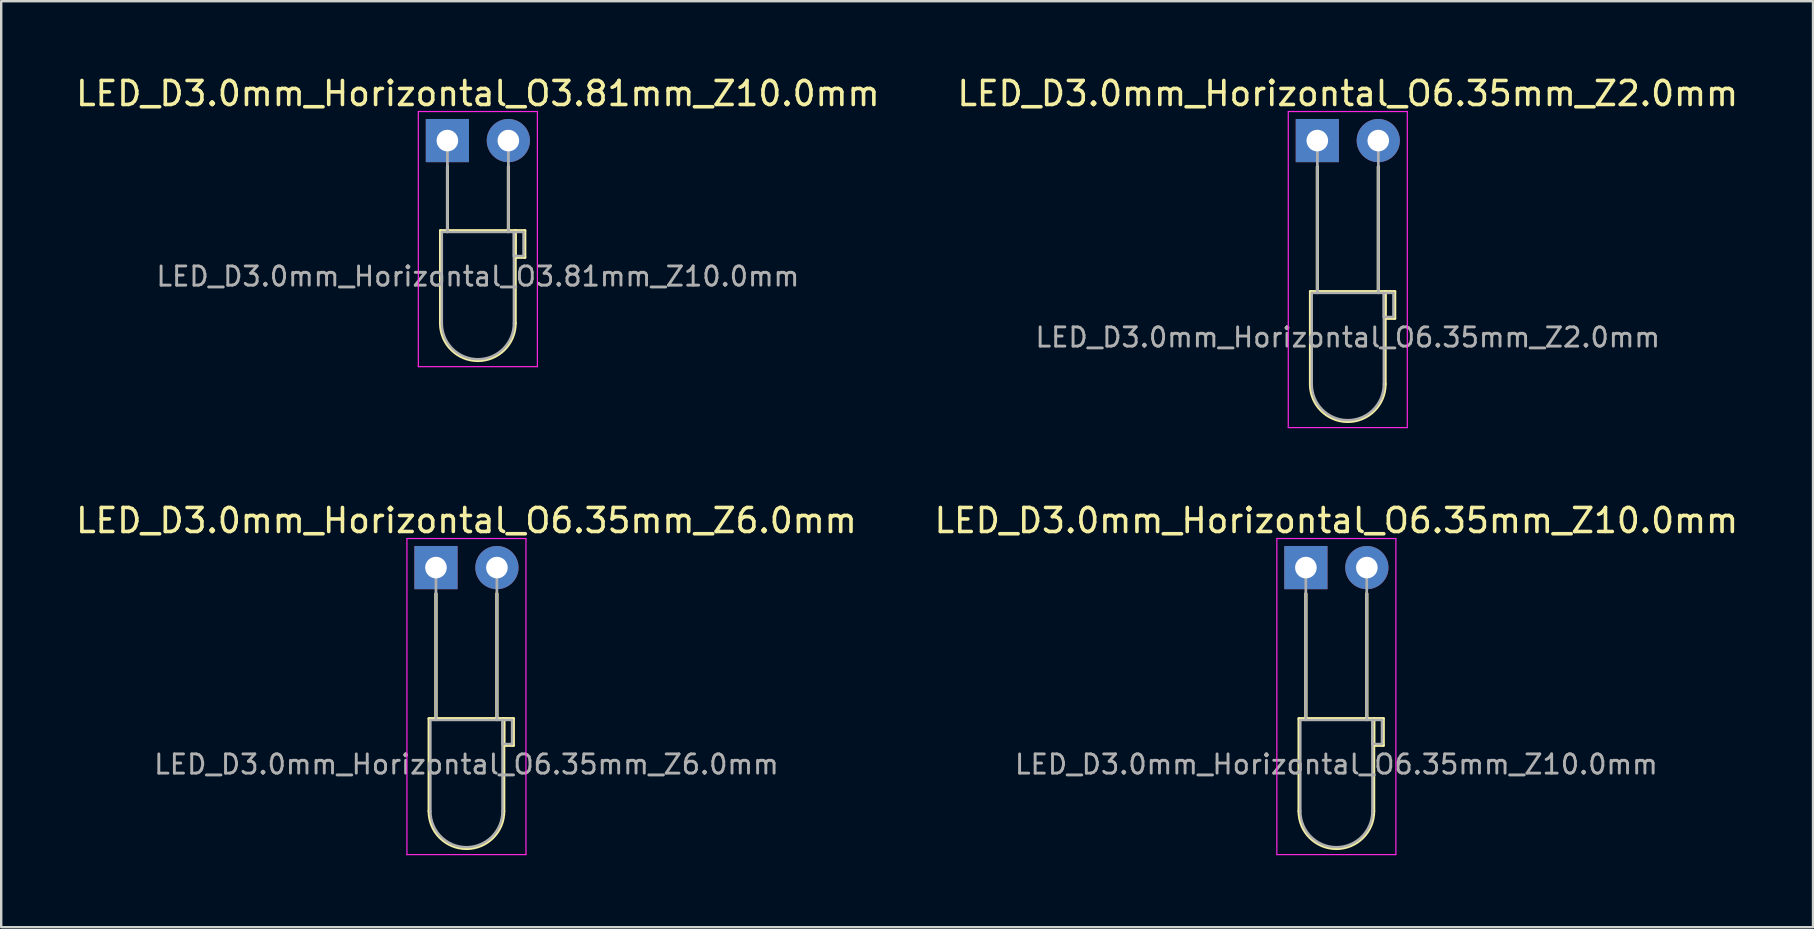
<source format=kicad_pcb>
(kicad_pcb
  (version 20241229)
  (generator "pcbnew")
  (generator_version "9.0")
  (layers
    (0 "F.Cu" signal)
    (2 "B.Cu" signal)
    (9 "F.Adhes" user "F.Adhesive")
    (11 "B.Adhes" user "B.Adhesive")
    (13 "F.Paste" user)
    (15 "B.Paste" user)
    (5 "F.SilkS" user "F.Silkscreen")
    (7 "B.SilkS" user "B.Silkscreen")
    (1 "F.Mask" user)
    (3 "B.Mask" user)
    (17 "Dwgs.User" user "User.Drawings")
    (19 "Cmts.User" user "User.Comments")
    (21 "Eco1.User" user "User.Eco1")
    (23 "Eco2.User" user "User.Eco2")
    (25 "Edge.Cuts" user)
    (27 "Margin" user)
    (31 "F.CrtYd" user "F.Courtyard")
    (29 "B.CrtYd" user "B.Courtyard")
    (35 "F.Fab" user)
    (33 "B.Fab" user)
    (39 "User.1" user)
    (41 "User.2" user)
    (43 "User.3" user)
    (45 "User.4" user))
  (footprint "LED_D3.0mm_Horizontal_O3.81mm_Z10.0mm"
    (layer "F.Cu")
    (at 15.593 2.808)
    (property "Reference" "LED_D3.0mm_Horizontal_O3.81mm_Z10.0mm" (at 1.27 -1.96 0) (layer "F.SilkS") (effects (font (size 1 1) (thickness 0.15))))
    (attr through_hole)
    (fp_line (start -0.29 3.75) (end -0.29 7.61) (stroke (width 0.12) (type solid)) (layer "F.SilkS"))
    (fp_line (start -0.29 3.75) (end 2.83 3.75) (stroke (width 0.12) (type solid)) (layer "F.SilkS"))
    (fp_line (start 0 1.08) (end 0 3.75) (stroke (width 0.12) (type solid)) (layer "F.SilkS"))
    (fp_line (start 0 3.75) (end 0 1.08) (stroke (width 0.12) (type solid)) (layer "F.SilkS"))
    (fp_line (start 2.54 1.08) (end 2.54 3.75) (stroke (width 0.12) (type solid)) (layer "F.SilkS"))
    (fp_line (start 2.54 3.75) (end 2.54 1.08) (stroke (width 0.12) (type solid)) (layer "F.SilkS"))
    (fp_line (start 2.83 3.75) (end 2.83 7.61) (stroke (width 0.12) (type solid)) (layer "F.SilkS"))
    (fp_line (start 2.83 3.75) (end 3.23 3.75) (stroke (width 0.12) (type solid)) (layer "F.SilkS"))
    (fp_line (start 2.83 4.87) (end 2.83 3.75) (stroke (width 0.12) (type solid)) (layer "F.SilkS"))
    (fp_line (start 3.23 3.75) (end 3.23 4.87) (stroke (width 0.12) (type solid)) (layer "F.SilkS"))
    (fp_line (start 3.23 4.87) (end 2.83 4.87) (stroke (width 0.12) (type solid)) (layer "F.SilkS"))
    (fp_arc (start 2.83 7.61) (mid 1.27 9.17) (end -0.29 7.61) (stroke (width 0.12) (type solid)) (layer "F.SilkS"))
    (fp_line (start -1.21 -1.21) (end -1.21 9.42) (stroke (width 0.05) (type solid)) (layer "F.CrtYd"))
    (fp_line (start -1.21 9.42) (end 3.75 9.42) (stroke (width 0.05) (type solid)) (layer "F.CrtYd"))
    (fp_line (start 3.75 -1.21) (end -1.21 -1.21) (stroke (width 0.05) (type solid)) (layer "F.CrtYd"))
    (fp_line (start 3.75 9.42) (end 3.75 -1.21) (stroke (width 0.05) (type solid)) (layer "F.CrtYd"))
    (fp_line (start -0.23 3.81) (end -0.23 7.61) (stroke (width 0.1) (type solid)) (layer "F.Fab"))
    (fp_line (start -0.23 3.81) (end 2.77 3.81) (stroke (width 0.1) (type solid)) (layer "F.Fab"))
    (fp_line (start 0 0) (end 0 3.81) (stroke (width 0.1) (type solid)) (layer "F.Fab"))
    (fp_line (start 0 3.81) (end 0 0) (stroke (width 0.1) (type solid)) (layer "F.Fab"))
    (fp_line (start 2.54 0) (end 2.54 3.81) (stroke (width 0.1) (type solid)) (layer "F.Fab"))
    (fp_line (start 2.54 3.81) (end 2.54 0) (stroke (width 0.1) (type solid)) (layer "F.Fab"))
    (fp_line (start 2.77 3.81) (end 2.77 7.61) (stroke (width 0.1) (type solid)) (layer "F.Fab"))
    (fp_line (start 2.77 3.81) (end 3.17 3.81) (stroke (width 0.1) (type solid)) (layer "F.Fab"))
    (fp_line (start 2.77 4.81) (end 2.77 3.81) (stroke (width 0.1) (type solid)) (layer "F.Fab"))
    (fp_line (start 3.17 3.81) (end 3.17 4.81) (stroke (width 0.1) (type solid)) (layer "F.Fab"))
    (fp_line (start 3.17 4.81) (end 2.77 4.81) (stroke (width 0.1) (type solid)) (layer "F.Fab"))
    (fp_arc (start 2.77 7.61) (mid 1.27 9.11) (end -0.23 7.61) (stroke (width 0.1) (type solid)) (layer "F.Fab"))
    (fp_text user "${REFERENCE}" (at 1.27 5.66 0) (layer "F.Fab") (effects (font (size 0.8 0.8) (thickness 0.12))))
    (pad "1" thru_hole rect (at 0 0) (size 1.8 1.8) (drill 0.9) (layers "*.Cu" "*.Mask"))
    (pad "2" thru_hole circle (at 2.54 0) (size 1.8 1.8) (drill 0.9) (layers "*.Cu" "*.Mask")))
  (footprint "LED_D3.0mm_Horizontal_O6.35mm_Z2.0mm"
    (layer "F.Cu")
    (at 51.843 2.808)
    (property "Reference" "LED_D3.0mm_Horizontal_O6.35mm_Z2.0mm" (at 1.27 -1.96 0) (layer "F.SilkS") (effects (font (size 1 1) (thickness 0.15))))
    (attr through_hole)
    (fp_line (start -0.29 6.29) (end -0.29 10.15) (stroke (width 0.12) (type solid)) (layer "F.SilkS"))
    (fp_line (start -0.29 6.29) (end 2.83 6.29) (stroke (width 0.12) (type solid)) (layer "F.SilkS"))
    (fp_line (start 0 1.08) (end 0 6.29) (stroke (width 0.12) (type solid)) (layer "F.SilkS"))
    (fp_line (start 0 6.29) (end 0 1.08) (stroke (width 0.12) (type solid)) (layer "F.SilkS"))
    (fp_line (start 2.54 1.08) (end 2.54 6.29) (stroke (width 0.12) (type solid)) (layer "F.SilkS"))
    (fp_line (start 2.54 6.29) (end 2.54 1.08) (stroke (width 0.12) (type solid)) (layer "F.SilkS"))
    (fp_line (start 2.83 6.29) (end 2.83 10.15) (stroke (width 0.12) (type solid)) (layer "F.SilkS"))
    (fp_line (start 2.83 6.29) (end 3.23 6.29) (stroke (width 0.12) (type solid)) (layer "F.SilkS"))
    (fp_line (start 2.83 7.41) (end 2.83 6.29) (stroke (width 0.12) (type solid)) (layer "F.SilkS"))
    (fp_line (start 3.23 6.29) (end 3.23 7.41) (stroke (width 0.12) (type solid)) (layer "F.SilkS"))
    (fp_line (start 3.23 7.41) (end 2.83 7.41) (stroke (width 0.12) (type solid)) (layer "F.SilkS"))
    (fp_arc (start 2.83 10.15) (mid 1.27 11.71) (end -0.29 10.15) (stroke (width 0.12) (type solid)) (layer "F.SilkS"))
    (fp_line (start -1.21 -1.21) (end -1.21 11.96) (stroke (width 0.05) (type solid)) (layer "F.CrtYd"))
    (fp_line (start -1.21 11.96) (end 3.75 11.96) (stroke (width 0.05) (type solid)) (layer "F.CrtYd"))
    (fp_line (start 3.75 -1.21) (end -1.21 -1.21) (stroke (width 0.05) (type solid)) (layer "F.CrtYd"))
    (fp_line (start 3.75 11.96) (end 3.75 -1.21) (stroke (width 0.05) (type solid)) (layer "F.CrtYd"))
    (fp_line (start -0.23 6.35) (end -0.23 10.15) (stroke (width 0.1) (type solid)) (layer "F.Fab"))
    (fp_line (start -0.23 6.35) (end 2.77 6.35) (stroke (width 0.1) (type solid)) (layer "F.Fab"))
    (fp_line (start 0 0) (end 0 6.35) (stroke (width 0.1) (type solid)) (layer "F.Fab"))
    (fp_line (start 0 6.35) (end 0 0) (stroke (width 0.1) (type solid)) (layer "F.Fab"))
    (fp_line (start 2.54 0) (end 2.54 6.35) (stroke (width 0.1) (type solid)) (layer "F.Fab"))
    (fp_line (start 2.54 6.35) (end 2.54 0) (stroke (width 0.1) (type solid)) (layer "F.Fab"))
    (fp_line (start 2.77 6.35) (end 2.77 10.15) (stroke (width 0.1) (type solid)) (layer "F.Fab"))
    (fp_line (start 2.77 6.35) (end 3.17 6.35) (stroke (width 0.1) (type solid)) (layer "F.Fab"))
    (fp_line (start 2.77 7.35) (end 2.77 6.35) (stroke (width 0.1) (type solid)) (layer "F.Fab"))
    (fp_line (start 3.17 6.35) (end 3.17 7.35) (stroke (width 0.1) (type solid)) (layer "F.Fab"))
    (fp_line (start 3.17 7.35) (end 2.77 7.35) (stroke (width 0.1) (type solid)) (layer "F.Fab"))
    (fp_arc (start 2.77 10.15) (mid 1.27 11.65) (end -0.23 10.15) (stroke (width 0.1) (type solid)) (layer "F.Fab"))
    (fp_text user "${REFERENCE}" (at 1.27 8.2 0) (layer "F.Fab") (effects (font (size 0.8 0.8) (thickness 0.12))))
    (pad "1" thru_hole rect (at 0 0) (size 1.8 1.8) (drill 0.9) (layers "*.Cu" "*.Mask"))
    (pad "2" thru_hole circle (at 2.54 0) (size 1.8 1.8) (drill 0.9) (layers "*.Cu" "*.Mask")))
  (footprint "LED_D3.0mm_Horizontal_O6.35mm_Z10.0mm"
    (layer "F.Cu")
    (at 51.367 20.602)
    (property "Reference" "LED_D3.0mm_Horizontal_O6.35mm_Z10.0mm" (at 1.27 -1.96 0) (layer "F.SilkS") (effects (font (size 1 1) (thickness 0.15))))
    (attr through_hole)
    (fp_line (start -0.29 6.29) (end -0.29 10.15) (stroke (width 0.12) (type solid)) (layer "F.SilkS"))
    (fp_line (start -0.29 6.29) (end 2.83 6.29) (stroke (width 0.12) (type solid)) (layer "F.SilkS"))
    (fp_line (start 0 1.08) (end 0 6.29) (stroke (width 0.12) (type solid)) (layer "F.SilkS"))
    (fp_line (start 0 6.29) (end 0 1.08) (stroke (width 0.12) (type solid)) (layer "F.SilkS"))
    (fp_line (start 2.54 1.08) (end 2.54 6.29) (stroke (width 0.12) (type solid)) (layer "F.SilkS"))
    (fp_line (start 2.54 6.29) (end 2.54 1.08) (stroke (width 0.12) (type solid)) (layer "F.SilkS"))
    (fp_line (start 2.83 6.29) (end 2.83 10.15) (stroke (width 0.12) (type solid)) (layer "F.SilkS"))
    (fp_line (start 2.83 6.29) (end 3.23 6.29) (stroke (width 0.12) (type solid)) (layer "F.SilkS"))
    (fp_line (start 2.83 7.41) (end 2.83 6.29) (stroke (width 0.12) (type solid)) (layer "F.SilkS"))
    (fp_line (start 3.23 6.29) (end 3.23 7.41) (stroke (width 0.12) (type solid)) (layer "F.SilkS"))
    (fp_line (start 3.23 7.41) (end 2.83 7.41) (stroke (width 0.12) (type solid)) (layer "F.SilkS"))
    (fp_arc (start 2.83 10.15) (mid 1.27 11.71) (end -0.29 10.15) (stroke (width 0.12) (type solid)) (layer "F.SilkS"))
    (fp_line (start -1.21 -1.21) (end -1.21 11.96) (stroke (width 0.05) (type solid)) (layer "F.CrtYd"))
    (fp_line (start -1.21 11.96) (end 3.75 11.96) (stroke (width 0.05) (type solid)) (layer "F.CrtYd"))
    (fp_line (start 3.75 -1.21) (end -1.21 -1.21) (stroke (width 0.05) (type solid)) (layer "F.CrtYd"))
    (fp_line (start 3.75 11.96) (end 3.75 -1.21) (stroke (width 0.05) (type solid)) (layer "F.CrtYd"))
    (fp_line (start -0.23 6.35) (end -0.23 10.15) (stroke (width 0.1) (type solid)) (layer "F.Fab"))
    (fp_line (start -0.23 6.35) (end 2.77 6.35) (stroke (width 0.1) (type solid)) (layer "F.Fab"))
    (fp_line (start 0 0) (end 0 6.35) (stroke (width 0.1) (type solid)) (layer "F.Fab"))
    (fp_line (start 0 6.35) (end 0 0) (stroke (width 0.1) (type solid)) (layer "F.Fab"))
    (fp_line (start 2.54 0) (end 2.54 6.35) (stroke (width 0.1) (type solid)) (layer "F.Fab"))
    (fp_line (start 2.54 6.35) (end 2.54 0) (stroke (width 0.1) (type solid)) (layer "F.Fab"))
    (fp_line (start 2.77 6.35) (end 2.77 10.15) (stroke (width 0.1) (type solid)) (layer "F.Fab"))
    (fp_line (start 2.77 6.35) (end 3.17 6.35) (stroke (width 0.1) (type solid)) (layer "F.Fab"))
    (fp_line (start 2.77 7.35) (end 2.77 6.35) (stroke (width 0.1) (type solid)) (layer "F.Fab"))
    (fp_line (start 3.17 6.35) (end 3.17 7.35) (stroke (width 0.1) (type solid)) (layer "F.Fab"))
    (fp_line (start 3.17 7.35) (end 2.77 7.35) (stroke (width 0.1) (type solid)) (layer "F.Fab"))
    (fp_arc (start 2.77 10.15) (mid 1.27 11.65) (end -0.23 10.15) (stroke (width 0.1) (type solid)) (layer "F.Fab"))
    (fp_text user "${REFERENCE}" (at 1.27 8.2 0) (layer "F.Fab") (effects (font (size 0.8 0.8) (thickness 0.12))))
    (pad "1" thru_hole rect (at 0 0) (size 1.8 1.8) (drill 0.9) (layers "*.Cu" "*.Mask"))
    (pad "2" thru_hole circle (at 2.54 0) (size 1.8 1.8) (drill 0.9) (layers "*.Cu" "*.Mask")))
  (footprint "LED_D3.0mm_Horizontal_O6.35mm_Z6.0mm"
    (layer "F.Cu")
    (at 15.117 20.602)
    (property "Reference" "LED_D3.0mm_Horizontal_O6.35mm_Z6.0mm" (at 1.27 -1.96 0) (layer "F.SilkS") (effects (font (size 1 1) (thickness 0.15))))
    (attr through_hole)
    (fp_line (start -0.29 6.29) (end -0.29 10.15) (stroke (width 0.12) (type solid)) (layer "F.SilkS"))
    (fp_line (start -0.29 6.29) (end 2.83 6.29) (stroke (width 0.12) (type solid)) (layer "F.SilkS"))
    (fp_line (start 0 1.08) (end 0 6.29) (stroke (width 0.12) (type solid)) (layer "F.SilkS"))
    (fp_line (start 0 6.29) (end 0 1.08) (stroke (width 0.12) (type solid)) (layer "F.SilkS"))
    (fp_line (start 2.54 1.08) (end 2.54 6.29) (stroke (width 0.12) (type solid)) (layer "F.SilkS"))
    (fp_line (start 2.54 6.29) (end 2.54 1.08) (stroke (width 0.12) (type solid)) (layer "F.SilkS"))
    (fp_line (start 2.83 6.29) (end 2.83 10.15) (stroke (width 0.12) (type solid)) (layer "F.SilkS"))
    (fp_line (start 2.83 6.29) (end 3.23 6.29) (stroke (width 0.12) (type solid)) (layer "F.SilkS"))
    (fp_line (start 2.83 7.41) (end 2.83 6.29) (stroke (width 0.12) (type solid)) (layer "F.SilkS"))
    (fp_line (start 3.23 6.29) (end 3.23 7.41) (stroke (width 0.12) (type solid)) (layer "F.SilkS"))
    (fp_line (start 3.23 7.41) (end 2.83 7.41) (stroke (width 0.12) (type solid)) (layer "F.SilkS"))
    (fp_arc (start 2.83 10.15) (mid 1.27 11.71) (end -0.29 10.15) (stroke (width 0.12) (type solid)) (layer "F.SilkS"))
    (fp_line (start -1.21 -1.21) (end -1.21 11.96) (stroke (width 0.05) (type solid)) (layer "F.CrtYd"))
    (fp_line (start -1.21 11.96) (end 3.75 11.96) (stroke (width 0.05) (type solid)) (layer "F.CrtYd"))
    (fp_line (start 3.75 -1.21) (end -1.21 -1.21) (stroke (width 0.05) (type solid)) (layer "F.CrtYd"))
    (fp_line (start 3.75 11.96) (end 3.75 -1.21) (stroke (width 0.05) (type solid)) (layer "F.CrtYd"))
    (fp_line (start -0.23 6.35) (end -0.23 10.15) (stroke (width 0.1) (type solid)) (layer "F.Fab"))
    (fp_line (start -0.23 6.35) (end 2.77 6.35) (stroke (width 0.1) (type solid)) (layer "F.Fab"))
    (fp_line (start 0 0) (end 0 6.35) (stroke (width 0.1) (type solid)) (layer "F.Fab"))
    (fp_line (start 0 6.35) (end 0 0) (stroke (width 0.1) (type solid)) (layer "F.Fab"))
    (fp_line (start 2.54 0) (end 2.54 6.35) (stroke (width 0.1) (type solid)) (layer "F.Fab"))
    (fp_line (start 2.54 6.35) (end 2.54 0) (stroke (width 0.1) (type solid)) (layer "F.Fab"))
    (fp_line (start 2.77 6.35) (end 2.77 10.15) (stroke (width 0.1) (type solid)) (layer "F.Fab"))
    (fp_line (start 2.77 6.35) (end 3.17 6.35) (stroke (width 0.1) (type solid)) (layer "F.Fab"))
    (fp_line (start 2.77 7.35) (end 2.77 6.35) (stroke (width 0.1) (type solid)) (layer "F.Fab"))
    (fp_line (start 3.17 6.35) (end 3.17 7.35) (stroke (width 0.1) (type solid)) (layer "F.Fab"))
    (fp_line (start 3.17 7.35) (end 2.77 7.35) (stroke (width 0.1) (type solid)) (layer "F.Fab"))
    (fp_arc (start 2.77 10.15) (mid 1.27 11.65) (end -0.23 10.15) (stroke (width 0.1) (type solid)) (layer "F.Fab"))
    (fp_text user "${REFERENCE}" (at 1.27 8.2 0) (layer "F.Fab") (effects (font (size 0.8 0.8) (thickness 0.12))))
    (pad "1" thru_hole rect (at 0 0) (size 1.8 1.8) (drill 0.9) (layers "*.Cu" "*.Mask"))
    (pad "2" thru_hole circle (at 2.54 0) (size 1.8 1.8) (drill 0.9) (layers "*.Cu" "*.Mask")))
  (gr_rect
    (start -3 -3)
    (end 72.5 35.587)
    (stroke (width 0.1) (type default))
    (fill no)
    (layer "Edge.Cuts")))
</source>
